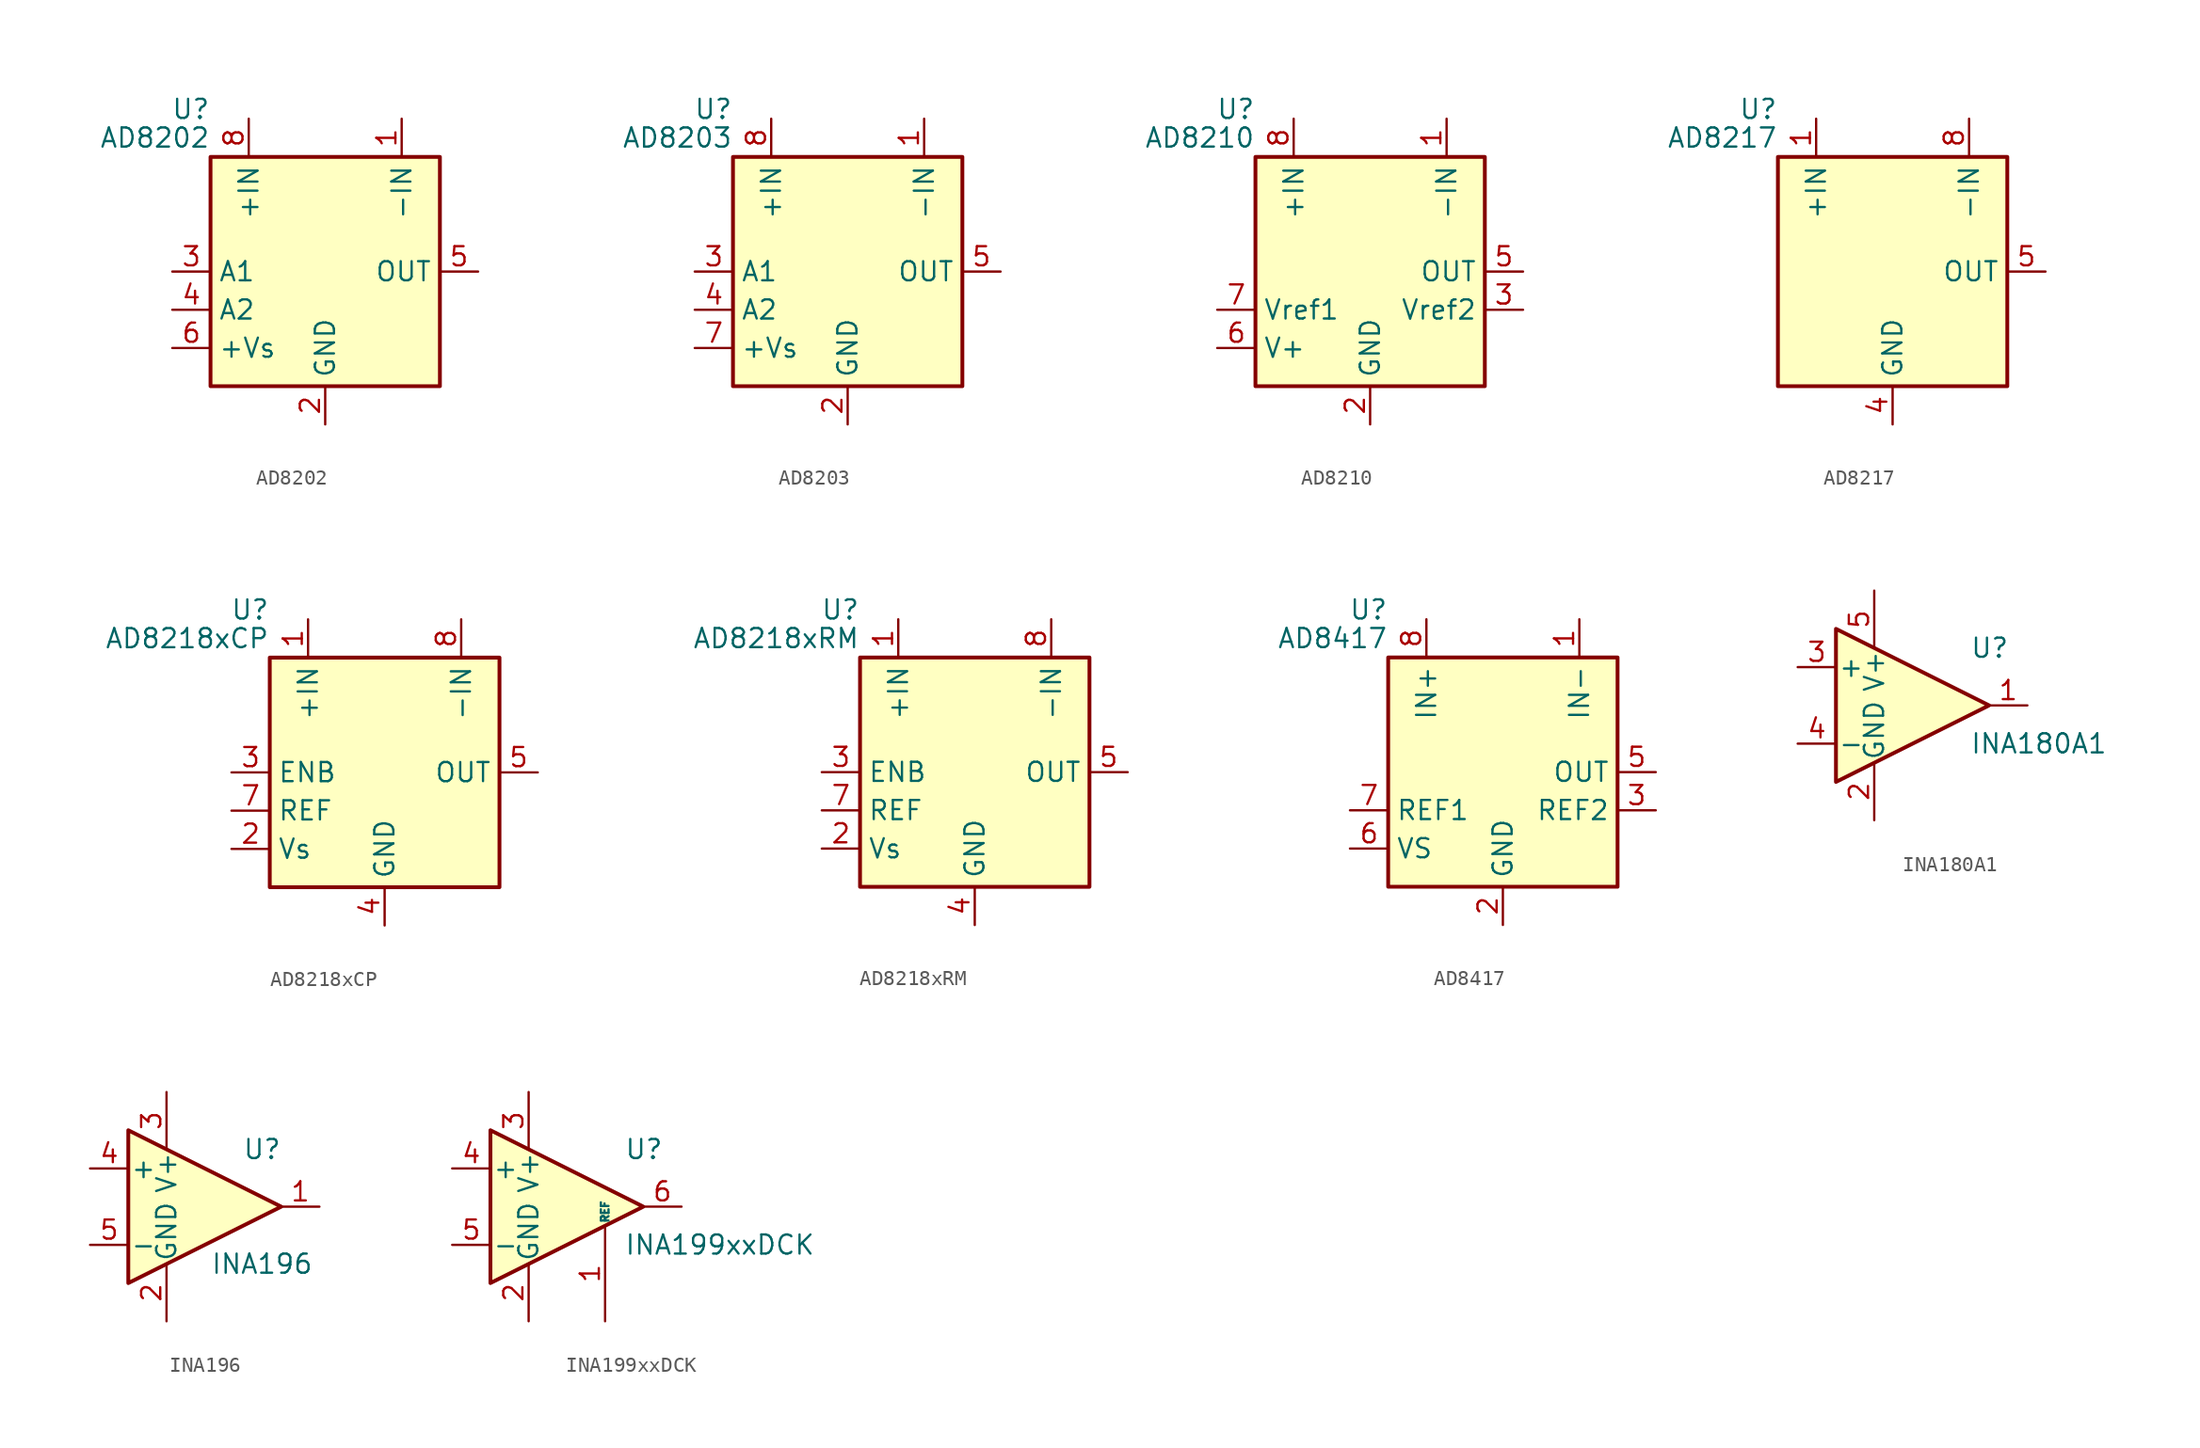
<source format=kicad_sym>
(kicad_symbol_lib
  (version 20220914)
  (generator kicad_symbol_editor)
  (symbol "AD8202"
    (property "Reference" "U"
      (at -7.62 10.795 0)
      (effects (font (size 1.27 1.27)) (justify right)))
    (property "Value" "AD8202"
      (at -7.62 8.89 0)
      (effects (font (size 1.27 1.27)) (justify right)))
    (symbol "AD8202_0_1"
      (rectangle (start -7.62 7.62) (end 7.62 -7.62) (stroke (width 0.254) (type default)) (fill (type background))))
    (symbol "AD8202_1_1"
      (pin input line (at 5.08 10.16 270) (length 2.54) (name "-IN" (effects (font (size 1.27 1.27)))) (number "1" (effects (font (size 1.27 1.27)))))
      (pin power_in line (at 0 -10.16 90) (length 2.54) (name "GND" (effects (font (size 1.27 1.27)))) (number "2" (effects (font (size 1.27 1.27)))))
      (pin output line (at -10.16 0 0) (length 2.54) (name "A1" (effects (font (size 1.27 1.27)))) (number "3" (effects (font (size 1.27 1.27)))))
      (pin input line (at -10.16 -2.54 0) (length 2.54) (name "A2" (effects (font (size 1.27 1.27)))) (number "4" (effects (font (size 1.27 1.27)))))
      (pin output line (at 10.16 0 180) (length 2.54) (name "OUT" (effects (font (size 1.27 1.27)))) (number "5" (effects (font (size 1.27 1.27)))))
      (pin power_in line (at -10.16 -5.08 0) (length 2.54) (name "+Vs" (effects (font (size 1.27 1.27)))) (number "6" (effects (font (size 1.27 1.27)))))
      (pin no_connect line (at 2.54 -7.62 90) (length 2.54) hide (name "NC" (effects (font (size 1.27 1.27)))) (number "7" (effects (font (size 1.27 1.27)))))
      (pin input line (at -5.08 10.16 270) (length 2.54) (name "+IN" (effects (font (size 1.27 1.27)))) (number "8" (effects (font (size 1.27 1.27)))))))
  (symbol "AD8203"
    (property "Reference" "U"
      (at -7.62 10.795 0)
      (effects (font (size 1.27 1.27)) (justify right)))
    (property "Value" "AD8203"
      (at -7.62 8.89 0)
      (effects (font (size 1.27 1.27)) (justify right)))
    (symbol "AD8203_0_1"
      (rectangle (start -7.62 7.62) (end 7.62 -7.62) (stroke (width 0.254) (type default)) (fill (type background))))
    (symbol "AD8203_1_1"
      (pin input line (at 5.08 10.16 270) (length 2.54) (name "-IN" (effects (font (size 1.27 1.27)))) (number "1" (effects (font (size 1.27 1.27)))))
      (pin power_in line (at 0 -10.16 90) (length 2.54) (name "GND" (effects (font (size 1.27 1.27)))) (number "2" (effects (font (size 1.27 1.27)))))
      (pin output line (at -10.16 0 0) (length 2.54) (name "A1" (effects (font (size 1.27 1.27)))) (number "3" (effects (font (size 1.27 1.27)))))
      (pin input line (at -10.16 -2.54 0) (length 2.54) (name "A2" (effects (font (size 1.27 1.27)))) (number "4" (effects (font (size 1.27 1.27)))))
      (pin output line (at 10.16 0 180) (length 2.54) (name "OUT" (effects (font (size 1.27 1.27)))) (number "5" (effects (font (size 1.27 1.27)))))
      (pin no_connect line (at 2.54 -7.62 90) (length 2.54) hide (name "NC" (effects (font (size 1.27 1.27)))) (number "6" (effects (font (size 1.27 1.27)))))
      (pin power_in line (at -10.16 -5.08 0) (length 2.54) (name "+Vs" (effects (font (size 1.27 1.27)))) (number "7" (effects (font (size 1.27 1.27)))))
      (pin input line (at -5.08 10.16 270) (length 2.54) (name "+IN" (effects (font (size 1.27 1.27)))) (number "8" (effects (font (size 1.27 1.27)))))))
  (symbol "AD8210"
    (property "Reference" "U"
      (at -7.62 10.795 0)
      (effects (font (size 1.27 1.27)) (justify right)))
    (property "Value" "AD8210"
      (at -7.62 8.89 0)
      (effects (font (size 1.27 1.27)) (justify right)))
    (symbol "AD8210_0_1"
      (rectangle (start -7.62 7.62) (end 7.62 -7.62) (stroke (width 0.254) (type default)) (fill (type background))))
    (symbol "AD8210_1_1"
      (pin input line (at 5.08 10.16 270) (length 2.54) (name "-IN" (effects (font (size 1.27 1.27)))) (number "1" (effects (font (size 1.27 1.27)))))
      (pin power_in line (at 0 -10.16 90) (length 2.54) (name "GND" (effects (font (size 1.27 1.27)))) (number "2" (effects (font (size 1.27 1.27)))))
      (pin input line (at 10.16 -2.54 180) (length 2.54) (name "Vref2" (effects (font (size 1.27 1.27)))) (number "3" (effects (font (size 1.27 1.27)))))
      (pin no_connect line (at 2.54 -7.62 90) (length 2.54) hide (name "NC" (effects (font (size 1.27 1.27)))) (number "4" (effects (font (size 1.27 1.27)))))
      (pin output line (at 10.16 0 180) (length 2.54) (name "OUT" (effects (font (size 1.27 1.27)))) (number "5" (effects (font (size 1.27 1.27)))))
      (pin power_in line (at -10.16 -5.08 0) (length 2.54) (name "V+" (effects (font (size 1.27 1.27)))) (number "6" (effects (font (size 1.27 1.27)))))
      (pin input line (at -10.16 -2.54 0) (length 2.54) (name "Vref1" (effects (font (size 1.27 1.27)))) (number "7" (effects (font (size 1.27 1.27)))))
      (pin input line (at -5.08 10.16 270) (length 2.54) (name "+IN" (effects (font (size 1.27 1.27)))) (number "8" (effects (font (size 1.27 1.27)))))))
  (symbol "AD8217"
    (property "Reference" "U"
      (at -7.62 10.795 0)
      (effects (font (size 1.27 1.27)) (justify right)))
    (property "Value" "AD8217"
      (at -7.62 8.89 0)
      (effects (font (size 1.27 1.27)) (justify right)))
    (symbol "AD8217_0_1"
      (rectangle (start -7.62 7.62) (end 7.62 -7.62) (stroke (width 0.254) (type default)) (fill (type background))))
    (symbol "AD8217_1_1"
      (pin power_in line (at -5.08 10.16 270) (length 2.54) (name "+IN" (effects (font (size 1.27 1.27)))) (number "1" (effects (font (size 1.27 1.27)))))
      (pin no_connect line (at -5.08 -7.62 90) (length 2.54) hide (name "NC" (effects (font (size 1.27 1.27)))) (number "2" (effects (font (size 1.27 1.27)))))
      (pin no_connect line (at -2.54 -7.62 90) (length 2.54) hide (name "NC" (effects (font (size 1.27 1.27)))) (number "3" (effects (font (size 1.27 1.27)))))
      (pin power_in line (at 0 -10.16 90) (length 2.54) (name "GND" (effects (font (size 1.27 1.27)))) (number "4" (effects (font (size 1.27 1.27)))))
      (pin output line (at 10.16 0 180) (length 2.54) (name "OUT" (effects (font (size 1.27 1.27)))) (number "5" (effects (font (size 1.27 1.27)))))
      (pin no_connect line (at 2.54 -7.62 90) (length 2.54) hide (name "NC" (effects (font (size 1.27 1.27)))) (number "6" (effects (font (size 1.27 1.27)))))
      (pin no_connect line (at 5.08 -7.62 90) (length 2.54) hide (name "NC" (effects (font (size 1.27 1.27)))) (number "7" (effects (font (size 1.27 1.27)))))
      (pin input line (at 5.08 10.16 270) (length 2.54) (name "-IN" (effects (font (size 1.27 1.27)))) (number "8" (effects (font (size 1.27 1.27)))))))
  (symbol "AD8218xCP"
    (property "Reference" "U"
      (at -7.62 10.795 0)
      (effects (font (size 1.27 1.27)) (justify right)))
    (property "Value" "AD8218xCP"
      (at -7.62 8.89 0)
      (effects (font (size 1.27 1.27)) (justify right)))
    (symbol "AD8218xCP_0_1"
      (rectangle (start -7.62 7.62) (end 7.62 -7.62) (stroke (width 0.254) (type default)) (fill (type background))))
    (symbol "AD8218xCP_1_1"
      (pin input line (at -5.08 10.16 270) (length 2.54) (name "+IN" (effects (font (size 1.27 1.27)))) (number "1" (effects (font (size 1.27 1.27)))))
      (pin passive line (at -10.16 -5.08 0) (length 2.54) (name "Vs" (effects (font (size 1.27 1.27)))) (number "2" (effects (font (size 1.27 1.27)))))
      (pin input line (at -10.16 0 0) (length 2.54) (name "ENB" (effects (font (size 1.27 1.27)))) (number "3" (effects (font (size 1.27 1.27)))))
      (pin power_in line (at 0 -10.16 90) (length 2.54) (name "GND" (effects (font (size 1.27 1.27)))) (number "4" (effects (font (size 1.27 1.27)))))
      (pin output line (at 10.16 0 180) (length 2.54) (name "OUT" (effects (font (size 1.27 1.27)))) (number "5" (effects (font (size 1.27 1.27)))))
      (pin no_connect line (at 2.54 -7.62 90) (length 2.54) hide (name "NC" (effects (font (size 1.27 1.27)))) (number "6" (effects (font (size 1.27 1.27)))))
      (pin input line (at -10.16 -2.54 0) (length 2.54) (name "REF" (effects (font (size 1.27 1.27)))) (number "7" (effects (font (size 1.27 1.27)))))
      (pin input line (at 5.08 10.16 270) (length 2.54) (name "-IN" (effects (font (size 1.27 1.27)))) (number "8" (effects (font (size 1.27 1.27)))))
      (pin passive line (at 0 -10.16 90) (length 2.54) hide (name "GND" (effects (font (size 1.27 1.27)))) (number "9" (effects (font (size 1.27 1.27)))))))
  (symbol "AD8218xRM"
    (property "Reference" "U"
      (at -7.62 10.795 0)
      (effects (font (size 1.27 1.27)) (justify right)))
    (property "Value" "AD8218xRM"
      (at -7.62 8.89 0)
      (effects (font (size 1.27 1.27)) (justify right)))
    (symbol "AD8218xRM_0_1"
      (rectangle (start -7.62 7.62) (end 7.62 -7.62) (stroke (width 0.254) (type default)) (fill (type background))))
    (symbol "AD8218xRM_1_1"
      (pin input line (at -5.08 10.16 270) (length 2.54) (name "+IN" (effects (font (size 1.27 1.27)))) (number "1" (effects (font (size 1.27 1.27)))))
      (pin passive line (at -10.16 -5.08 0) (length 2.54) (name "Vs" (effects (font (size 1.27 1.27)))) (number "2" (effects (font (size 1.27 1.27)))))
      (pin input line (at -10.16 0 0) (length 2.54) (name "ENB" (effects (font (size 1.27 1.27)))) (number "3" (effects (font (size 1.27 1.27)))))
      (pin power_in line (at 0 -10.16 90) (length 2.54) (name "GND" (effects (font (size 1.27 1.27)))) (number "4" (effects (font (size 1.27 1.27)))))
      (pin output line (at 10.16 0 180) (length 2.54) (name "OUT" (effects (font (size 1.27 1.27)))) (number "5" (effects (font (size 1.27 1.27)))))
      (pin no_connect line (at 2.54 -7.62 90) (length 2.54) hide (name "NC" (effects (font (size 1.27 1.27)))) (number "6" (effects (font (size 1.27 1.27)))))
      (pin input line (at -10.16 -2.54 0) (length 2.54) (name "REF" (effects (font (size 1.27 1.27)))) (number "7" (effects (font (size 1.27 1.27)))))
      (pin input line (at 5.08 10.16 270) (length 2.54) (name "-IN" (effects (font (size 1.27 1.27)))) (number "8" (effects (font (size 1.27 1.27)))))))
  (symbol "AD8417"
    (property "Reference" "U"
      (at -7.62 10.795 0)
      (effects (font (size 1.27 1.27)) (justify right)))
    (property "Value" "AD8417"
      (at -7.62 8.89 0)
      (effects (font (size 1.27 1.27)) (justify right)))
    (symbol "AD8417_0_1"
      (rectangle (start -7.62 7.62) (end 7.62 -7.62) (stroke (width 0.254) (type default)) (fill (type background))))
    (symbol "AD8417_1_1"
      (pin input line (at 5.08 10.16 270) (length 2.54) (name "IN-" (effects (font (size 1.27 1.27)))) (number "1" (effects (font (size 1.27 1.27)))))
      (pin power_in line (at 0 -10.16 90) (length 2.54) (name "GND" (effects (font (size 1.27 1.27)))) (number "2" (effects (font (size 1.27 1.27)))))
      (pin input line (at 10.16 -2.54 180) (length 2.54) (name "REF2" (effects (font (size 1.27 1.27)))) (number "3" (effects (font (size 1.27 1.27)))))
      (pin no_connect line (at 2.54 -7.62 90) (length 2.54) hide (name "NC" (effects (font (size 1.27 1.27)))) (number "4" (effects (font (size 1.27 1.27)))))
      (pin output line (at 10.16 0 180) (length 2.54) (name "OUT" (effects (font (size 1.27 1.27)))) (number "5" (effects (font (size 1.27 1.27)))))
      (pin power_in line (at -10.16 -5.08 0) (length 2.54) (name "VS" (effects (font (size 1.27 1.27)))) (number "6" (effects (font (size 1.27 1.27)))))
      (pin input line (at -10.16 -2.54 0) (length 2.54) (name "REF1" (effects (font (size 1.27 1.27)))) (number "7" (effects (font (size 1.27 1.27)))))
      (pin input line (at -5.08 10.16 270) (length 2.54) (name "IN+" (effects (font (size 1.27 1.27)))) (number "8" (effects (font (size 1.27 1.27)))))))
  (symbol "INA180A1"
    (pin_names
      (offset 0.127))
    (property "Reference" "U"
      (at 3.81 3.81 0)
      (effects (font (size 1.27 1.27)) (justify left)))
    (property "Value" "INA180A1"
      (at 3.81 -2.54 0)
      (effects (font (size 1.27 1.27)) (justify left)))
    (symbol "INA180A1_0_1"
      (polyline (pts (xy 5.08 0) (xy -5.08 5.08) (xy -5.08 -5.08) (xy 5.08 0)) (stroke (width 0.254) (type default)) (fill (type background))))
    (symbol "INA180A1_1_1"
      (pin output line (at 7.62 0 180) (length 2.54) (name "~" (effects (font (size 1.27 1.27)))) (number "1" (effects (font (size 1.27 1.27)))))
      (pin power_in line (at -2.54 -7.62 90) (length 3.81) (name "GND" (effects (font (size 1.27 1.27)))) (number "2" (effects (font (size 1.27 1.27)))))
      (pin input line (at -7.62 2.54 0) (length 2.54) (name "+" (effects (font (size 1.27 1.27)))) (number "3" (effects (font (size 1.27 1.27)))))
      (pin input line (at -7.62 -2.54 0) (length 2.54) (name "-" (effects (font (size 1.27 1.27)))) (number "4" (effects (font (size 1.27 1.27)))))
      (pin power_in line (at -2.54 7.62 270) (length 3.81) (name "V+" (effects (font (size 1.27 1.27)))) (number "5" (effects (font (size 1.27 1.27)))))))
  (symbol "INA196"
    (pin_names
      (offset 0.127))
    (property "Reference" "U"
      (at 3.81 3.81 0)
      (effects (font (size 1.27 1.27))))
    (property "Value" "INA196"
      (at 3.81 -3.81 0)
      (effects (font (size 1.27 1.27))))
    (symbol "INA196_0_1"
      (polyline (pts (xy 5.08 0) (xy -5.08 5.08) (xy -5.08 -5.08) (xy 5.08 0)) (stroke (width 0.254) (type default)) (fill (type background))))
    (symbol "INA196_1_1"
      (pin output line (at 7.62 0 180) (length 2.54) (name "~" (effects (font (size 1.27 1.27)))) (number "1" (effects (font (size 1.27 1.27)))))
      (pin power_in line (at -2.54 -7.62 90) (length 3.81) (name "GND" (effects (font (size 1.27 1.27)))) (number "2" (effects (font (size 1.27 1.27)))))
      (pin power_in line (at -2.54 7.62 270) (length 3.81) (name "V+" (effects (font (size 1.27 1.27)))) (number "3" (effects (font (size 1.27 1.27)))))
      (pin input line (at -7.62 2.54 0) (length 2.54) (name "+" (effects (font (size 1.27 1.27)))) (number "4" (effects (font (size 1.27 1.27)))))
      (pin input line (at -7.62 -2.54 0) (length 2.54) (name "-" (effects (font (size 1.27 1.27)))) (number "5" (effects (font (size 1.27 1.27)))))))
  (symbol "INA199xxDCK"
    (pin_names
      (offset 0.127))
    (property "Reference" "U"
      (at 3.81 3.81 0)
      (effects (font (size 1.27 1.27)) (justify left)))
    (property "Value" "INA199xxDCK"
      (at 3.81 -2.54 0)
      (effects (font (size 1.27 1.27)) (justify left)))
    (symbol "INA199xxDCK_0_1"
      (polyline (pts (xy 5.08 0) (xy -5.08 5.08) (xy -5.08 -5.08) (xy 5.08 0)) (stroke (width 0.254) (type default)) (fill (type background))))
    (symbol "INA199xxDCK_1_1"
      (pin input line (at 2.54 -7.62 90) (length 6.35) (name "REF" (effects (font (size 0.508 0.508)))) (number "1" (effects (font (size 1.27 1.27)))))
      (pin power_in line (at -2.54 -7.62 90) (length 3.81) (name "GND" (effects (font (size 1.27 1.27)))) (number "2" (effects (font (size 1.27 1.27)))))
      (pin power_in line (at -2.54 7.62 270) (length 3.81) (name "V+" (effects (font (size 1.27 1.27)))) (number "3" (effects (font (size 1.27 1.27)))))
      (pin input line (at -7.62 2.54 0) (length 2.54) (name "+" (effects (font (size 1.27 1.27)))) (number "4" (effects (font (size 1.27 1.27)))))
      (pin input line (at -7.62 -2.54 0) (length 2.54) (name "-" (effects (font (size 1.27 1.27)))) (number "5" (effects (font (size 1.27 1.27)))))
      (pin output line (at 7.62 0 180) (length 2.54) (name "~" (effects (font (size 1.27 1.27)))) (number "6" (effects (font (size 1.27 1.27))))))))
</source>
